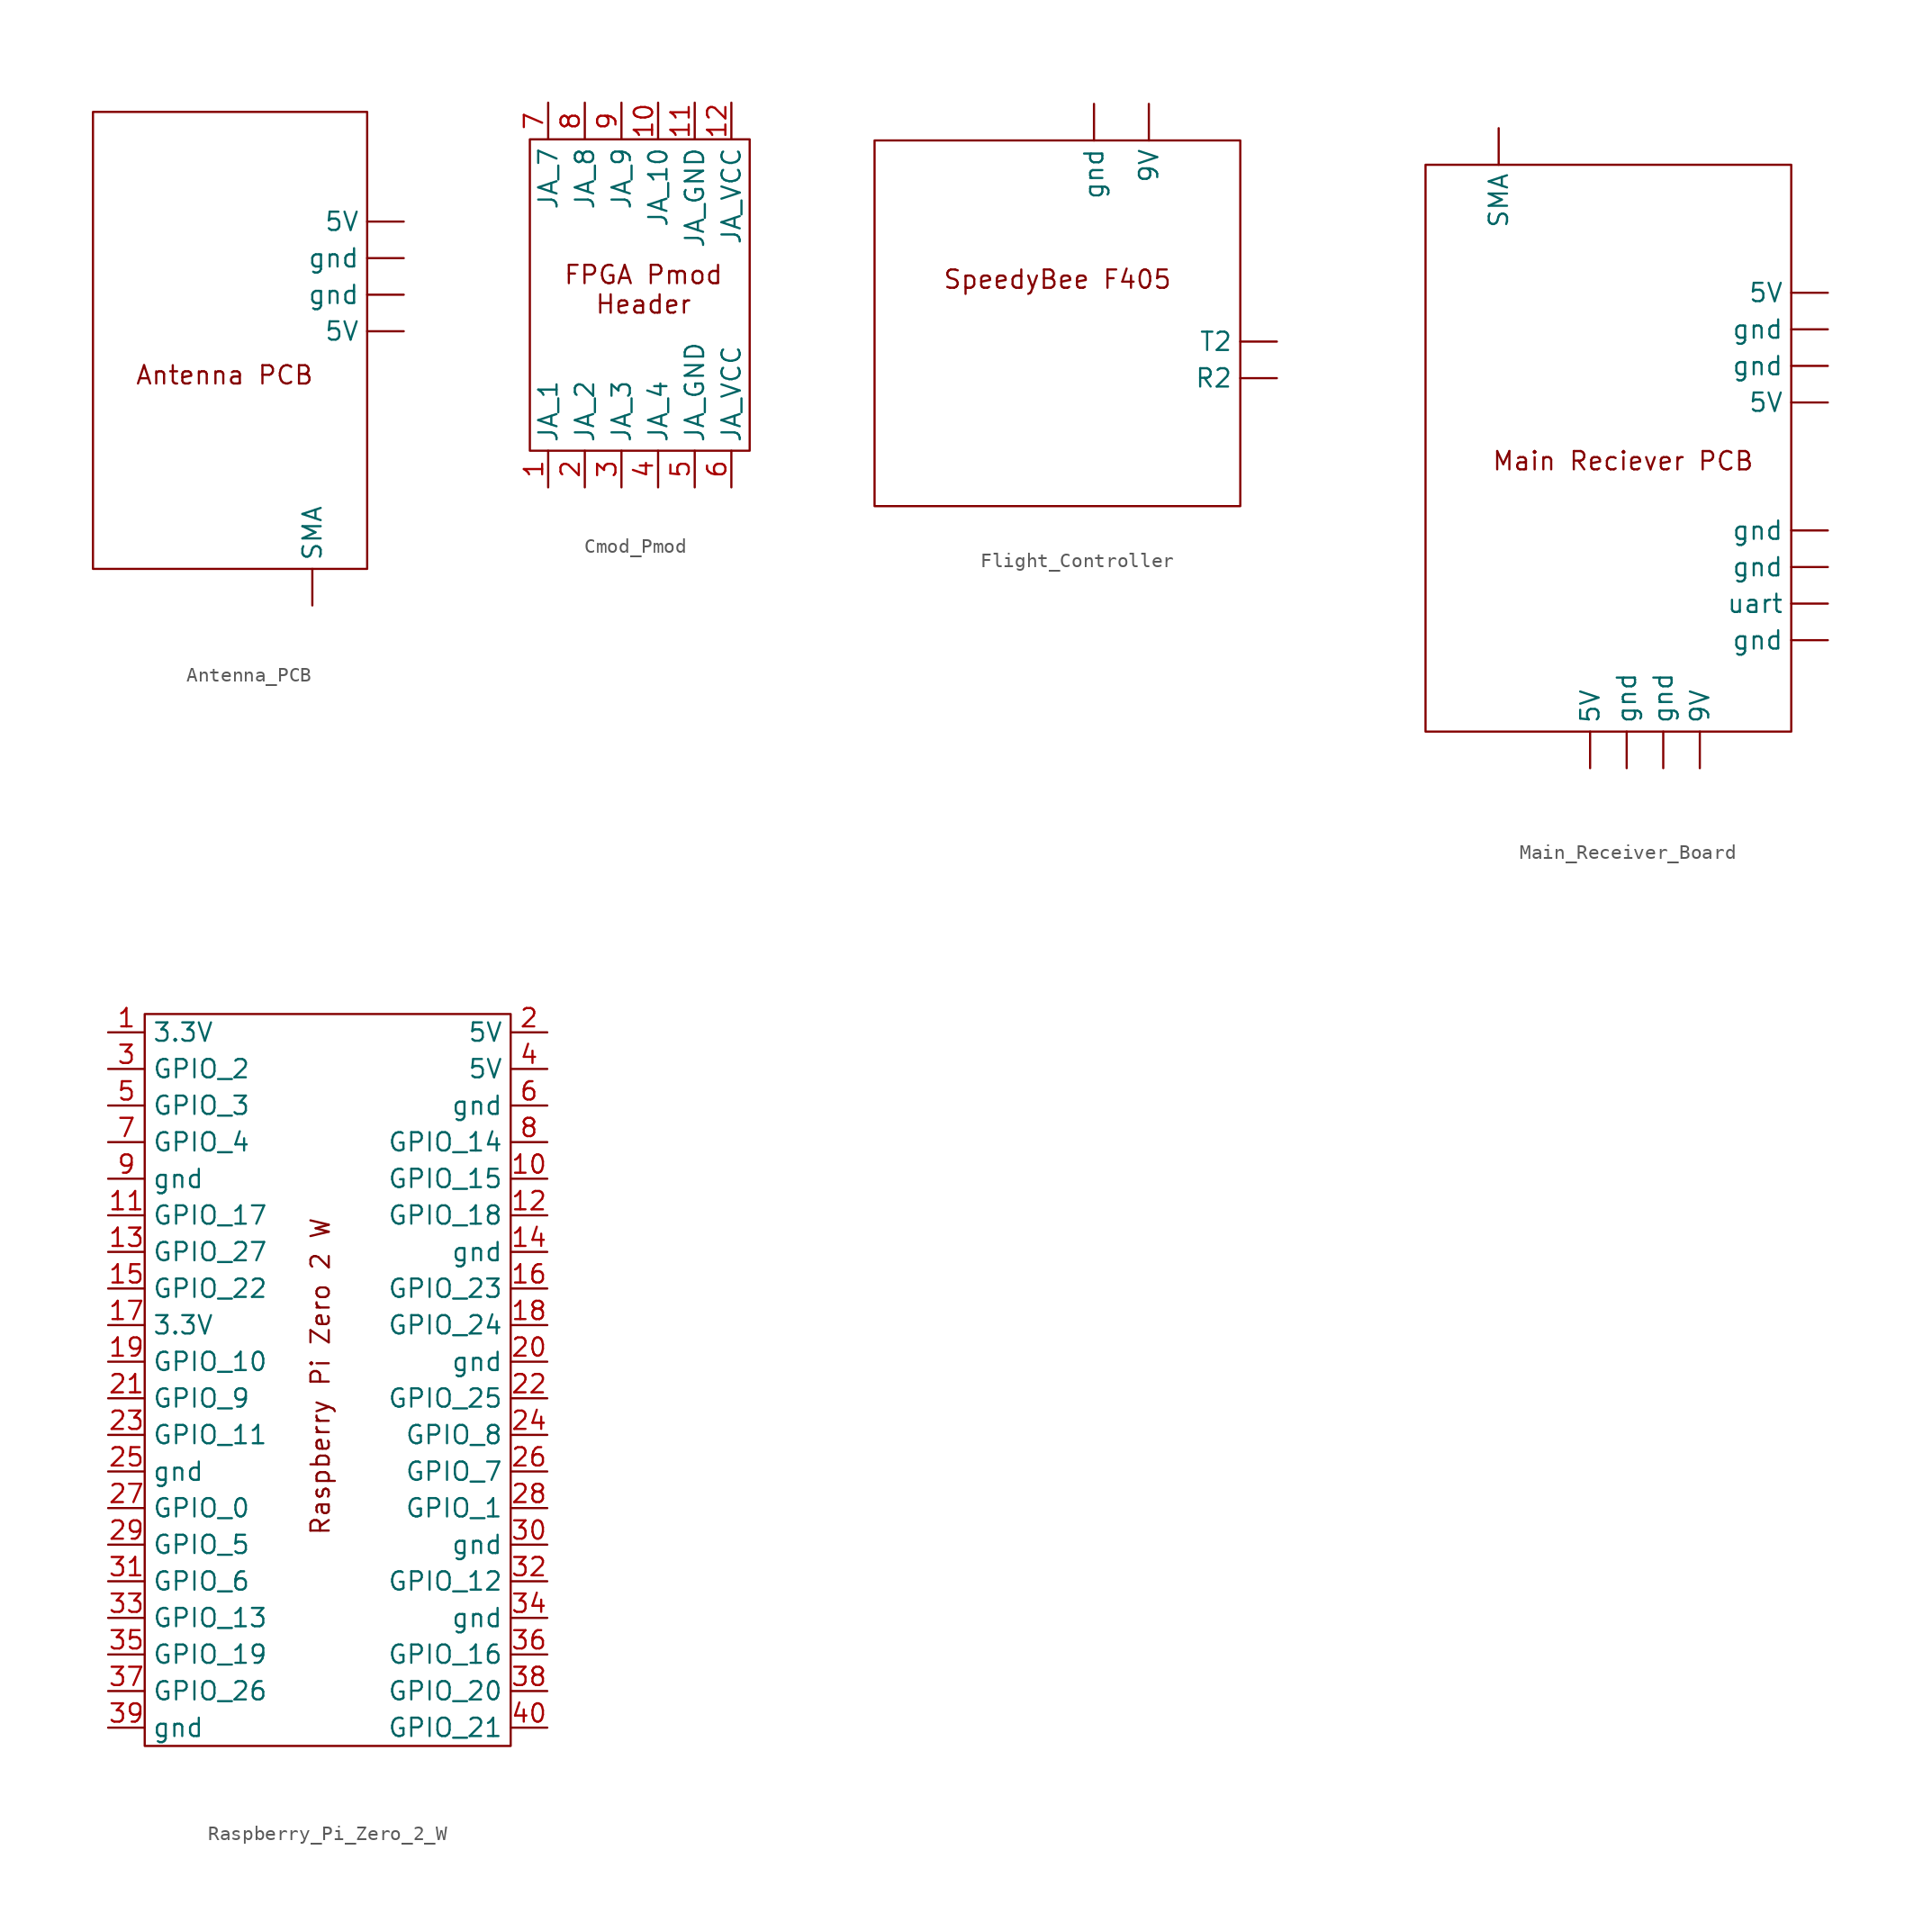
<source format=kicad_sym>
(kicad_symbol_lib
  (version 20241209)
  (generator "kicad_symbol_editor")
  (generator_version "9.0")
  (symbol "Antenna_PCB"
    (property "Reference" "U"
      (at 0.762 2.032 0)
      (effects (font (size 1.27 1.27)) (hide yes)))
    (property "Value" ""
      (at 0 0 0)
      (effects (font (size 1.27 1.27))))
    (symbol "Antenna_PCB_0_1"
      (rectangle (start 0 0) (end 19.05 -31.75) (stroke (width 0) (type default)) (fill (type none))))
    (symbol "Antenna_PCB_1_1"
      (text "Antenna PCB" (at 9.144 -18.288 0) (effects (font (size 1.27 1.27))))
      (pin input line (at 15.24 -34.29 90) (length 2.54) (name "SMA" (effects (font (size 1.27 1.27)))) (number "" (effects (font (size 1.27 1.27)))))
      (pin input line (at 21.59 -7.62 180) (length 2.54) (name "5V" (effects (font (size 1.27 1.27)))) (number "" (effects (font (size 1.27 1.27)))))
      (pin input line (at 21.59 -10.16 180) (length 2.54) (name "gnd" (effects (font (size 1.27 1.27)))) (number "" (effects (font (size 1.27 1.27)))))
      (pin input line (at 21.59 -12.7 180) (length 2.54) (name "gnd" (effects (font (size 1.27 1.27)))) (number "" (effects (font (size 1.27 1.27)))))
      (pin input line (at 21.59 -15.24 180) (length 2.54) (name "5V" (effects (font (size 1.27 1.27)))) (number "" (effects (font (size 1.27 1.27)))))))
  (symbol "Cmod_Pmod"
    (property "Reference" "U"
      (at -0.508 1.524 0)
      (effects (font (size 1.27 1.27)) (hide yes)))
    (property "Value" ""
      (at 0 0 0)
      (effects (font (size 1.27 1.27))))
    (symbol "Cmod_Pmod_0_1"
      (rectangle (start 0 2.54) (end 15.24 -19.05) (stroke (width 0) (type default)) (fill (type none))))
    (symbol "Cmod_Pmod_1_1"
      (text "FPGA Pmod\nHeader" (at 7.874 -7.874 0) (effects (font (size 1.27 1.27))))
      (pin input line (at 1.27 5.08 270) (length 2.54) (name "JA_7" (effects (font (size 1.27 1.27)))) (number "7" (effects (font (size 1.27 1.27)))))
      (pin input line (at 1.27 -21.59 90) (length 2.54) (name "JA_1" (effects (font (size 1.27 1.27)))) (number "1" (effects (font (size 1.27 1.27)))))
      (pin input line (at 3.81 5.08 270) (length 2.54) (name "JA_8" (effects (font (size 1.27 1.27)))) (number "8" (effects (font (size 1.27 1.27)))))
      (pin input line (at 3.81 -21.59 90) (length 2.54) (name "JA_2" (effects (font (size 1.27 1.27)))) (number "2" (effects (font (size 1.27 1.27)))))
      (pin input line (at 6.35 5.08 270) (length 2.54) (name "JA_9" (effects (font (size 1.27 1.27)))) (number "9" (effects (font (size 1.27 1.27)))))
      (pin input line (at 6.35 -21.59 90) (length 2.54) (name "JA_3" (effects (font (size 1.27 1.27)))) (number "3" (effects (font (size 1.27 1.27)))))
      (pin input line (at 8.89 5.08 270) (length 2.54) (name "JA_10" (effects (font (size 1.27 1.27)))) (number "10" (effects (font (size 1.27 1.27)))))
      (pin input line (at 8.89 -21.59 90) (length 2.54) (name "JA_4" (effects (font (size 1.27 1.27)))) (number "4" (effects (font (size 1.27 1.27)))))
      (pin input line (at 11.43 5.08 270) (length 2.54) (name "JA_GND" (effects (font (size 1.27 1.27)))) (number "11" (effects (font (size 1.27 1.27)))))
      (pin input line (at 11.43 -21.59 90) (length 2.54) (name "JA_GND" (effects (font (size 1.27 1.27)))) (number "5" (effects (font (size 1.27 1.27)))))
      (pin input line (at 13.97 5.08 270) (length 2.54) (name "JA_VCC" (effects (font (size 1.27 1.27)))) (number "12" (effects (font (size 1.27 1.27)))))
      (pin input line (at 13.97 -21.59 90) (length 2.54) (name "JA_VCC" (effects (font (size 1.27 1.27)))) (number "6" (effects (font (size 1.27 1.27)))))))
  (symbol "Flight_Controller"
    (property "Reference" "U"
      (at 0 1.27 0)
      (effects (font (size 1.27 1.27)) (hide yes)))
    (property "Value" ""
      (at 0 0 0)
      (effects (font (size 1.27 1.27))))
    (symbol "Flight_Controller_0_1"
      (rectangle (start 0 0) (end 25.4 -25.4) (stroke (width 0) (type default)) (fill (type none))))
    (symbol "Flight_Controller_1_1"
      (text "SpeedyBee F405" (at 12.7 -9.652 0) (effects (font (size 1.27 1.27))))
      (pin input line (at 15.24 2.54 270) (length 2.54) (name "gnd" (effects (font (size 1.27 1.27)))) (number "" (effects (font (size 1.27 1.27)))))
      (pin input line (at 19.05 2.54 270) (length 2.54) (name "9V" (effects (font (size 1.27 1.27)))) (number "" (effects (font (size 1.27 1.27)))))
      (pin input line (at 27.94 -13.97 180) (length 2.54) (name "T2" (effects (font (size 1.27 1.27)))) (number "" (effects (font (size 1.27 1.27)))))
      (pin input line (at 27.94 -16.51 180) (length 2.54) (name "R2" (effects (font (size 1.27 1.27)))) (number "" (effects (font (size 1.27 1.27)))))))
  (symbol "Main_Receiver_Board"
    (property "Reference" "U"
      (at 0.254 6.096 0)
      (effects (font (size 1.27 1.27)) (hide yes)))
    (property "Value" ""
      (at 0 0 0)
      (effects (font (size 1.27 1.27))))
    (symbol "Main_Receiver_Board_0_1"
      (rectangle (start 0 0) (end 25.4 -39.37) (stroke (width 0) (type default)) (fill (type none))))
    (symbol "Main_Receiver_Board_1_1"
      (text "Main Reciever PCB" (at 13.716 -20.574 0) (effects (font (size 1.27 1.27))))
      (pin input line (at 5.08 2.54 270) (length 2.54) (name "SMA" (effects (font (size 1.27 1.27)))) (number "" (effects (font (size 1.27 1.27)))))
      (pin input line (at 11.43 -41.91 90) (length 2.54) (name "5V" (effects (font (size 1.27 1.27)))) (number "" (effects (font (size 1.27 1.27)))))
      (pin input line (at 13.97 -41.91 90) (length 2.54) (name "gnd" (effects (font (size 1.27 1.27)))) (number "" (effects (font (size 1.27 1.27)))))
      (pin input line (at 16.51 -41.91 90) (length 2.54) (name "gnd" (effects (font (size 1.27 1.27)))) (number "" (effects (font (size 1.27 1.27)))))
      (pin input line (at 19.05 -41.91 90) (length 2.54) (name "9V" (effects (font (size 1.27 1.27)))) (number "" (effects (font (size 1.27 1.27)))))
      (pin input line (at 27.94 -8.89 180) (length 2.54) (name "5V" (effects (font (size 1.27 1.27)))) (number "" (effects (font (size 1.27 1.27)))))
      (pin input line (at 27.94 -11.43 180) (length 2.54) (name "gnd" (effects (font (size 1.27 1.27)))) (number "" (effects (font (size 1.27 1.27)))))
      (pin input line (at 27.94 -13.97 180) (length 2.54) (name "gnd" (effects (font (size 1.27 1.27)))) (number "" (effects (font (size 1.27 1.27)))))
      (pin input line (at 27.94 -16.51 180) (length 2.54) (name "5V" (effects (font (size 1.27 1.27)))) (number "" (effects (font (size 1.27 1.27)))))
      (pin input line (at 27.94 -25.4 180) (length 2.54) (name "gnd" (effects (font (size 1.27 1.27)))) (number "" (effects (font (size 1.27 1.27)))))
      (pin input line (at 27.94 -27.94 180) (length 2.54) (name "gnd" (effects (font (size 1.27 1.27)))) (number "" (effects (font (size 1.27 1.27)))))
      (pin input line (at 27.94 -30.48 180) (length 2.54) (name "uart" (effects (font (size 1.27 1.27)))) (number "" (effects (font (size 1.27 1.27)))))
      (pin input line (at 27.94 -33.02 180) (length 2.54) (name "gnd" (effects (font (size 1.27 1.27)))) (number "" (effects (font (size 1.27 1.27)))))))
  (symbol "Raspberry_Pi_Zero_2_W"
    (property "Reference" "U"
      (at 27.813 8.128 90)
      (effects (font (size 1.27 1.27)) (hide yes)))
    (property "Value" ""
      (at 0 0 0)
      (effects (font (size 1.27 1.27))))
    (symbol "Raspberry_Pi_Zero_2_W_0_1"
      (rectangle (start 0 0) (end 25.4 -50.8) (stroke (width 0) (type default)) (fill (type none))))
    (symbol "Raspberry_Pi_Zero_2_W_1_1"
      (text "Raspberry Pi Zero 2 W" (at 12.192 -25.146 900) (effects (font (size 1.27 1.27))))
      (pin input line (at -2.54 -1.27 0) (length 2.54) (name "3.3V" (effects (font (size 1.27 1.27)))) (number "1" (effects (font (size 1.27 1.27)))))
      (pin input line (at -2.54 -3.81 0) (length 2.54) (name "GPIO_2" (effects (font (size 1.27 1.27)))) (number "3" (effects (font (size 1.27 1.27)))))
      (pin input line (at -2.54 -6.35 0) (length 2.54) (name "GPIO_3" (effects (font (size 1.27 1.27)))) (number "5" (effects (font (size 1.27 1.27)))))
      (pin input line (at -2.54 -8.89 0) (length 2.54) (name "GPIO_4" (effects (font (size 1.27 1.27)))) (number "7" (effects (font (size 1.27 1.27)))))
      (pin input line (at -2.54 -11.43 0) (length 2.54) (name "gnd" (effects (font (size 1.27 1.27)))) (number "9" (effects (font (size 1.27 1.27)))))
      (pin input line (at -2.54 -13.97 0) (length 2.54) (name "GPIO_17" (effects (font (size 1.27 1.27)))) (number "11" (effects (font (size 1.27 1.27)))))
      (pin input line (at -2.54 -16.51 0) (length 2.54) (name "GPIO_27" (effects (font (size 1.27 1.27)))) (number "13" (effects (font (size 1.27 1.27)))))
      (pin input line (at -2.54 -19.05 0) (length 2.54) (name "GPIO_22" (effects (font (size 1.27 1.27)))) (number "15" (effects (font (size 1.27 1.27)))))
      (pin input line (at -2.54 -21.59 0) (length 2.54) (name "3.3V" (effects (font (size 1.27 1.27)))) (number "17" (effects (font (size 1.27 1.27)))))
      (pin input line (at -2.54 -24.13 0) (length 2.54) (name "GPIO_10" (effects (font (size 1.27 1.27)))) (number "19" (effects (font (size 1.27 1.27)))))
      (pin input line (at -2.54 -26.67 0) (length 2.54) (name "GPIO_9" (effects (font (size 1.27 1.27)))) (number "21" (effects (font (size 1.27 1.27)))))
      (pin input line (at -2.54 -29.21 0) (length 2.54) (name "GPIO_11" (effects (font (size 1.27 1.27)))) (number "23" (effects (font (size 1.27 1.27)))))
      (pin input line (at -2.54 -31.75 0) (length 2.54) (name "gnd" (effects (font (size 1.27 1.27)))) (number "25" (effects (font (size 1.27 1.27)))))
      (pin input line (at -2.54 -34.29 0) (length 2.54) (name "GPIO_0" (effects (font (size 1.27 1.27)))) (number "27" (effects (font (size 1.27 1.27)))))
      (pin input line (at -2.54 -36.83 0) (length 2.54) (name "GPIO_5" (effects (font (size 1.27 1.27)))) (number "29" (effects (font (size 1.27 1.27)))))
      (pin input line (at -2.54 -39.37 0) (length 2.54) (name "GPIO_6" (effects (font (size 1.27 1.27)))) (number "31" (effects (font (size 1.27 1.27)))))
      (pin input line (at -2.54 -41.91 0) (length 2.54) (name "GPIO_13" (effects (font (size 1.27 1.27)))) (number "33" (effects (font (size 1.27 1.27)))))
      (pin input line (at -2.54 -44.45 0) (length 2.54) (name "GPIO_19" (effects (font (size 1.27 1.27)))) (number "35" (effects (font (size 1.27 1.27)))))
      (pin input line (at -2.54 -46.99 0) (length 2.54) (name "GPIO_26" (effects (font (size 1.27 1.27)))) (number "37" (effects (font (size 1.27 1.27)))))
      (pin input line (at -2.54 -49.53 0) (length 2.54) (name "gnd" (effects (font (size 1.27 1.27)))) (number "39" (effects (font (size 1.27 1.27)))))
      (pin input line (at 27.94 -1.27 180) (length 2.54) (name "5V" (effects (font (size 1.27 1.27)))) (number "2" (effects (font (size 1.27 1.27)))))
      (pin input line (at 27.94 -3.81 180) (length 2.54) (name "5V" (effects (font (size 1.27 1.27)))) (number "4" (effects (font (size 1.27 1.27)))))
      (pin input line (at 27.94 -6.35 180) (length 2.54) (name "gnd" (effects (font (size 1.27 1.27)))) (number "6" (effects (font (size 1.27 1.27)))))
      (pin input line (at 27.94 -8.89 180) (length 2.54) (name "GPIO_14" (effects (font (size 1.27 1.27)))) (number "8" (effects (font (size 1.27 1.27)))))
      (pin input line (at 27.94 -11.43 180) (length 2.54) (name "GPIO_15" (effects (font (size 1.27 1.27)))) (number "10" (effects (font (size 1.27 1.27)))))
      (pin input line (at 27.94 -13.97 180) (length 2.54) (name "GPIO_18" (effects (font (size 1.27 1.27)))) (number "12" (effects (font (size 1.27 1.27)))))
      (pin input line (at 27.94 -16.51 180) (length 2.54) (name "gnd" (effects (font (size 1.27 1.27)))) (number "14" (effects (font (size 1.27 1.27)))))
      (pin input line (at 27.94 -19.05 180) (length 2.54) (name "GPIO_23" (effects (font (size 1.27 1.27)))) (number "16" (effects (font (size 1.27 1.27)))))
      (pin input line (at 27.94 -21.59 180) (length 2.54) (name "GPIO_24" (effects (font (size 1.27 1.27)))) (number "18" (effects (font (size 1.27 1.27)))))
      (pin input line (at 27.94 -24.13 180) (length 2.54) (name "gnd" (effects (font (size 1.27 1.27)))) (number "20" (effects (font (size 1.27 1.27)))))
      (pin input line (at 27.94 -26.67 180) (length 2.54) (name "GPIO_25" (effects (font (size 1.27 1.27)))) (number "22" (effects (font (size 1.27 1.27)))))
      (pin input line (at 27.94 -29.21 180) (length 2.54) (name "GPIO_8" (effects (font (size 1.27 1.27)))) (number "24" (effects (font (size 1.27 1.27)))))
      (pin input line (at 27.94 -31.75 180) (length 2.54) (name "GPIO_7" (effects (font (size 1.27 1.27)))) (number "26" (effects (font (size 1.27 1.27)))))
      (pin input line (at 27.94 -34.29 180) (length 2.54) (name "GPIO_1" (effects (font (size 1.27 1.27)))) (number "28" (effects (font (size 1.27 1.27)))))
      (pin input line (at 27.94 -36.83 180) (length 2.54) (name "gnd" (effects (font (size 1.27 1.27)))) (number "30" (effects (font (size 1.27 1.27)))))
      (pin input line (at 27.94 -39.37 180) (length 2.54) (name "GPIO_12" (effects (font (size 1.27 1.27)))) (number "32" (effects (font (size 1.27 1.27)))))
      (pin input line (at 27.94 -41.91 180) (length 2.54) (name "gnd" (effects (font (size 1.27 1.27)))) (number "34" (effects (font (size 1.27 1.27)))))
      (pin input line (at 27.94 -44.45 180) (length 2.54) (name "GPIO_16" (effects (font (size 1.27 1.27)))) (number "36" (effects (font (size 1.27 1.27)))))
      (pin input line (at 27.94 -46.99 180) (length 2.54) (name "GPIO_20" (effects (font (size 1.27 1.27)))) (number "38" (effects (font (size 1.27 1.27)))))
      (pin input line (at 27.94 -49.53 180) (length 2.54) (name "GPIO_21" (effects (font (size 1.27 1.27)))) (number "40" (effects (font (size 1.27 1.27))))))))
</source>
